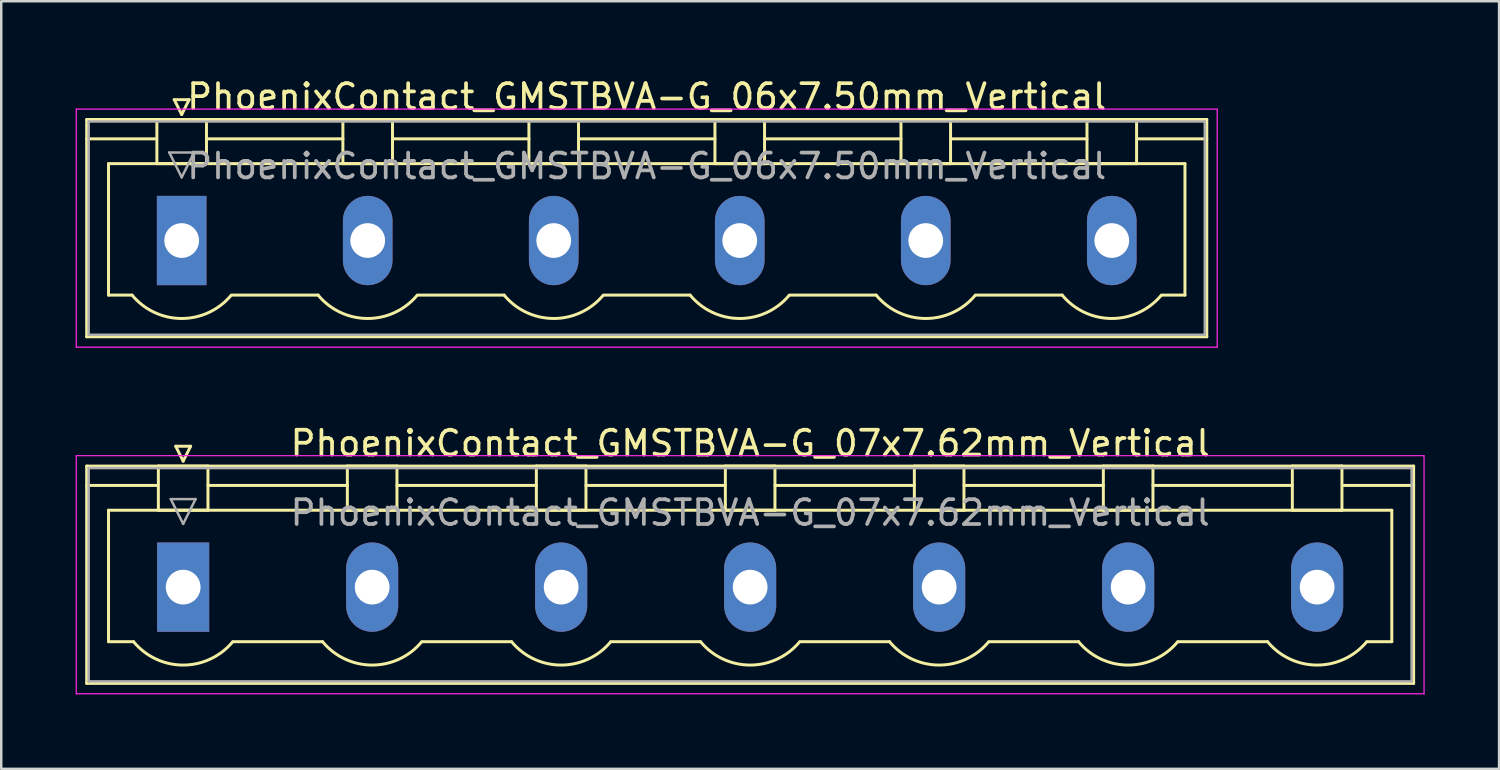
<source format=kicad_pcb>
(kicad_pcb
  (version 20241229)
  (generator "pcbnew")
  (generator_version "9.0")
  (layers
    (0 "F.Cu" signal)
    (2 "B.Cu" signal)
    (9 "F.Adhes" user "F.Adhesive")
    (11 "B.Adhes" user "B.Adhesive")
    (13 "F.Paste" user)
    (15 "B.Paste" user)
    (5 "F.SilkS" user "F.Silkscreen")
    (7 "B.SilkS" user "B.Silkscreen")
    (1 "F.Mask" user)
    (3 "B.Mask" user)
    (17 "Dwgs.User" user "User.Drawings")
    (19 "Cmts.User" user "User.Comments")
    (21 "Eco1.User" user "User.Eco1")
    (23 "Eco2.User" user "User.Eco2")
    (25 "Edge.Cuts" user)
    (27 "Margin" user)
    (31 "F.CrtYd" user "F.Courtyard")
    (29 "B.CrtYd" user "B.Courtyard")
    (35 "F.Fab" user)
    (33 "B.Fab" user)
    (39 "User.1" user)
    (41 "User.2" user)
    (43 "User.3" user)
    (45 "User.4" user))
  (footprint "PhoenixContact_GMSTBVA-G_07x7.62mm_Vertical"
    (layer "F.Cu")
    (at 4.335 20.622)
    (property "Reference" "PhoenixContact_GMSTBVA-G_07x7.62mm_Vertical" (at 22.86 -5.8 0) (layer "F.SilkS") (effects (font (size 1 1) (thickness 0.15))))
    (attr through_hole)
    (fp_line (start -3.89 -4.88) (end -3.89 3.88) (stroke (width 0.12) (type solid)) (layer "F.SilkS"))
    (fp_line (start -3.89 -4.1) (end -1.08 -4.1) (stroke (width 0.12) (type solid)) (layer "F.SilkS"))
    (fp_line (start -3.89 3.88) (end 49.61 3.88) (stroke (width 0.12) (type solid)) (layer "F.SilkS"))
    (fp_line (start -3.01 -3.1) (end 48.73 -3.1) (stroke (width 0.12) (type solid)) (layer "F.SilkS"))
    (fp_line (start -3.01 2.2) (end -3.01 -3.1) (stroke (width 0.12) (type solid)) (layer "F.SilkS"))
    (fp_line (start -2 2.2) (end -3.01 2.2) (stroke (width 0.12) (type solid)) (layer "F.SilkS"))
    (fp_line (start -1 -4.88) (end 1 -4.88) (stroke (width 0.12) (type solid)) (layer "F.SilkS"))
    (fp_line (start -1 -3.1) (end -1 -4.88) (stroke (width 0.12) (type solid)) (layer "F.SilkS"))
    (fp_line (start -0.3 -5.68) (end 0.3 -5.68) (stroke (width 0.12) (type solid)) (layer "F.SilkS"))
    (fp_line (start 0 -5.08) (end -0.3 -5.68) (stroke (width 0.12) (type solid)) (layer "F.SilkS"))
    (fp_line (start 0.3 -5.68) (end 0 -5.08) (stroke (width 0.12) (type solid)) (layer "F.SilkS"))
    (fp_line (start 1 -4.88) (end 1 -3.1) (stroke (width 0.12) (type solid)) (layer "F.SilkS"))
    (fp_line (start 1 -4.1) (end 6.62 -4.1) (stroke (width 0.12) (type solid)) (layer "F.SilkS"))
    (fp_line (start 1 -3.1) (end -1 -3.1) (stroke (width 0.12) (type solid)) (layer "F.SilkS"))
    (fp_line (start 2 2.2) (end 5.62 2.2) (stroke (width 0.12) (type solid)) (layer "F.SilkS"))
    (fp_line (start 6.62 -4.88) (end 8.62 -4.88) (stroke (width 0.12) (type solid)) (layer "F.SilkS"))
    (fp_line (start 6.62 -3.1) (end 6.62 -4.88) (stroke (width 0.12) (type solid)) (layer "F.SilkS"))
    (fp_line (start 8.62 -4.88) (end 8.62 -3.1) (stroke (width 0.12) (type solid)) (layer "F.SilkS"))
    (fp_line (start 8.62 -4.1) (end 14.24 -4.1) (stroke (width 0.12) (type solid)) (layer "F.SilkS"))
    (fp_line (start 8.62 -3.1) (end 6.62 -3.1) (stroke (width 0.12) (type solid)) (layer "F.SilkS"))
    (fp_line (start 9.62 2.2) (end 13.24 2.2) (stroke (width 0.12) (type solid)) (layer "F.SilkS"))
    (fp_line (start 14.24 -4.88) (end 16.24 -4.88) (stroke (width 0.12) (type solid)) (layer "F.SilkS"))
    (fp_line (start 14.24 -3.1) (end 14.24 -4.88) (stroke (width 0.12) (type solid)) (layer "F.SilkS"))
    (fp_line (start 16.24 -4.88) (end 16.24 -3.1) (stroke (width 0.12) (type solid)) (layer "F.SilkS"))
    (fp_line (start 16.24 -4.1) (end 21.86 -4.1) (stroke (width 0.12) (type solid)) (layer "F.SilkS"))
    (fp_line (start 16.24 -3.1) (end 14.24 -3.1) (stroke (width 0.12) (type solid)) (layer "F.SilkS"))
    (fp_line (start 17.24 2.2) (end 20.86 2.2) (stroke (width 0.12) (type solid)) (layer "F.SilkS"))
    (fp_line (start 21.86 -4.88) (end 23.86 -4.88) (stroke (width 0.12) (type solid)) (layer "F.SilkS"))
    (fp_line (start 21.86 -3.1) (end 21.86 -4.88) (stroke (width 0.12) (type solid)) (layer "F.SilkS"))
    (fp_line (start 23.86 -4.88) (end 23.86 -3.1) (stroke (width 0.12) (type solid)) (layer "F.SilkS"))
    (fp_line (start 23.86 -4.1) (end 29.48 -4.1) (stroke (width 0.12) (type solid)) (layer "F.SilkS"))
    (fp_line (start 23.86 -3.1) (end 21.86 -3.1) (stroke (width 0.12) (type solid)) (layer "F.SilkS"))
    (fp_line (start 24.86 2.2) (end 28.48 2.2) (stroke (width 0.12) (type solid)) (layer "F.SilkS"))
    (fp_line (start 29.48 -4.88) (end 31.48 -4.88) (stroke (width 0.12) (type solid)) (layer "F.SilkS"))
    (fp_line (start 29.48 -3.1) (end 29.48 -4.88) (stroke (width 0.12) (type solid)) (layer "F.SilkS"))
    (fp_line (start 31.48 -4.88) (end 31.48 -3.1) (stroke (width 0.12) (type solid)) (layer "F.SilkS"))
    (fp_line (start 31.48 -4.1) (end 37.1 -4.1) (stroke (width 0.12) (type solid)) (layer "F.SilkS"))
    (fp_line (start 31.48 -3.1) (end 29.48 -3.1) (stroke (width 0.12) (type solid)) (layer "F.SilkS"))
    (fp_line (start 32.48 2.2) (end 36.1 2.2) (stroke (width 0.12) (type solid)) (layer "F.SilkS"))
    (fp_line (start 37.1 -4.88) (end 39.1 -4.88) (stroke (width 0.12) (type solid)) (layer "F.SilkS"))
    (fp_line (start 37.1 -3.1) (end 37.1 -4.88) (stroke (width 0.12) (type solid)) (layer "F.SilkS"))
    (fp_line (start 39.1 -4.88) (end 39.1 -3.1) (stroke (width 0.12) (type solid)) (layer "F.SilkS"))
    (fp_line (start 39.1 -4.1) (end 44.72 -4.1) (stroke (width 0.12) (type solid)) (layer "F.SilkS"))
    (fp_line (start 39.1 -3.1) (end 37.1 -3.1) (stroke (width 0.12) (type solid)) (layer "F.SilkS"))
    (fp_line (start 40.1 2.2) (end 43.72 2.2) (stroke (width 0.12) (type solid)) (layer "F.SilkS"))
    (fp_line (start 44.72 -4.88) (end 46.72 -4.88) (stroke (width 0.12) (type solid)) (layer "F.SilkS"))
    (fp_line (start 44.72 -3.1) (end 44.72 -4.88) (stroke (width 0.12) (type solid)) (layer "F.SilkS"))
    (fp_line (start 46.72 -4.88) (end 46.72 -3.1) (stroke (width 0.12) (type solid)) (layer "F.SilkS"))
    (fp_line (start 46.72 -3.1) (end 44.72 -3.1) (stroke (width 0.12) (type solid)) (layer "F.SilkS"))
    (fp_line (start 48.73 -3.1) (end 48.73 2.2) (stroke (width 0.12) (type solid)) (layer "F.SilkS"))
    (fp_line (start 48.73 2.2) (end 47.72 2.2) (stroke (width 0.12) (type solid)) (layer "F.SilkS"))
    (fp_line (start 49.61 -4.88) (end -3.89 -4.88) (stroke (width 0.12) (type solid)) (layer "F.SilkS"))
    (fp_line (start 49.61 -4.1) (end 46.8 -4.1) (stroke (width 0.12) (type solid)) (layer "F.SilkS"))
    (fp_line (start 49.61 3.88) (end 49.61 -4.88) (stroke (width 0.12) (type solid)) (layer "F.SilkS"))
    (fp_arc (start 1.986842 2.215821) (mid -0.010289 3.142758) (end -2 2.2) (stroke (width 0.12) (type solid)) (layer "F.SilkS"))
    (fp_arc (start 9.606842 2.215821) (mid 7.609711 3.142758) (end 5.62 2.2) (stroke (width 0.12) (type solid)) (layer "F.SilkS"))
    (fp_arc (start 17.226842 2.215821) (mid 15.229711 3.142758) (end 13.24 2.2) (stroke (width 0.12) (type solid)) (layer "F.SilkS"))
    (fp_arc (start 24.846842 2.215821) (mid 22.849711 3.142758) (end 20.86 2.2) (stroke (width 0.12) (type solid)) (layer "F.SilkS"))
    (fp_arc (start 32.466842 2.215821) (mid 30.469711 3.142758) (end 28.48 2.2) (stroke (width 0.12) (type solid)) (layer "F.SilkS"))
    (fp_arc (start 40.086842 2.215821) (mid 38.089711 3.142758) (end 36.1 2.2) (stroke (width 0.12) (type solid)) (layer "F.SilkS"))
    (fp_arc (start 47.706842 2.215821) (mid 45.709711 3.142758) (end 43.72 2.2) (stroke (width 0.12) (type solid)) (layer "F.SilkS"))
    (fp_line (start -4.31 -5.3) (end -4.31 4.3) (stroke (width 0.05) (type solid)) (layer "F.CrtYd"))
    (fp_line (start -4.31 4.3) (end 50.03 4.3) (stroke (width 0.05) (type solid)) (layer "F.CrtYd"))
    (fp_line (start 50.03 -5.3) (end -4.31 -5.3) (stroke (width 0.05) (type solid)) (layer "F.CrtYd"))
    (fp_line (start 50.03 4.3) (end 50.03 -5.3) (stroke (width 0.05) (type solid)) (layer "F.CrtYd"))
    (fp_line (start -3.81 -4.8) (end -3.81 3.8) (stroke (width 0.1) (type solid)) (layer "F.Fab"))
    (fp_line (start -3.81 3.8) (end 49.53 3.8) (stroke (width 0.1) (type solid)) (layer "F.Fab"))
    (fp_line (start -0.5 -3.55) (end 0.5 -3.55) (stroke (width 0.1) (type solid)) (layer "F.Fab"))
    (fp_line (start 0 -2.55) (end -0.5 -3.55) (stroke (width 0.1) (type solid)) (layer "F.Fab"))
    (fp_line (start 0.5 -3.55) (end 0 -2.55) (stroke (width 0.1) (type solid)) (layer "F.Fab"))
    (fp_line (start 49.53 -4.8) (end -3.81 -4.8) (stroke (width 0.1) (type solid)) (layer "F.Fab"))
    (fp_line (start 49.53 3.8) (end 49.53 -4.8) (stroke (width 0.1) (type solid)) (layer "F.Fab"))
    (fp_text user "${REFERENCE}" (at 22.86 -3 0) (layer "F.Fab") (effects (font (size 1 1) (thickness 0.15))))
    (pad "1" thru_hole rect (at 0 0) (size 2.1 3.6) (drill 1.4) (layers "*.Cu" "*.Mask"))
    (pad "2" thru_hole oval (at 7.62 0) (size 2.1 3.6) (drill 1.4) (layers "*.Cu" "*.Mask"))
    (pad "3" thru_hole oval (at 15.24 0) (size 2.1 3.6) (drill 1.4) (layers "*.Cu" "*.Mask"))
    (pad "4" thru_hole oval (at 22.86 0) (size 2.1 3.6) (drill 1.4) (layers "*.Cu" "*.Mask"))
    (pad "5" thru_hole oval (at 30.48 0) (size 2.1 3.6) (drill 1.4) (layers "*.Cu" "*.Mask"))
    (pad "6" thru_hole oval (at 38.1 0) (size 2.1 3.6) (drill 1.4) (layers "*.Cu" "*.Mask"))
    (pad "7" thru_hole oval (at 45.72 0) (size 2.1 3.6) (drill 1.4) (layers "*.Cu" "*.Mask")))
  (footprint "PhoenixContact_GMSTBVA-G_06x7.50mm_Vertical"
    (layer "F.Cu")
    (at 4.275 6.648)
    (property "Reference" "PhoenixContact_GMSTBVA-G_06x7.50mm_Vertical" (at 18.75 -5.8 0) (layer "F.SilkS") (effects (font (size 1 1) (thickness 0.15))))
    (attr through_hole)
    (fp_line (start -3.83 -4.88) (end -3.83 3.88) (stroke (width 0.12) (type solid)) (layer "F.SilkS"))
    (fp_line (start -3.83 -4.1) (end -1.08 -4.1) (stroke (width 0.12) (type solid)) (layer "F.SilkS"))
    (fp_line (start -3.83 3.88) (end 41.33 3.88) (stroke (width 0.12) (type solid)) (layer "F.SilkS"))
    (fp_line (start -2.95 -3.1) (end 40.45 -3.1) (stroke (width 0.12) (type solid)) (layer "F.SilkS"))
    (fp_line (start -2.95 2.2) (end -2.95 -3.1) (stroke (width 0.12) (type solid)) (layer "F.SilkS"))
    (fp_line (start -2 2.2) (end -2.95 2.2) (stroke (width 0.12) (type solid)) (layer "F.SilkS"))
    (fp_line (start -1 -4.88) (end 1 -4.88) (stroke (width 0.12) (type solid)) (layer "F.SilkS"))
    (fp_line (start -1 -3.1) (end -1 -4.88) (stroke (width 0.12) (type solid)) (layer "F.SilkS"))
    (fp_line (start -0.3 -5.68) (end 0.3 -5.68) (stroke (width 0.12) (type solid)) (layer "F.SilkS"))
    (fp_line (start 0 -5.08) (end -0.3 -5.68) (stroke (width 0.12) (type solid)) (layer "F.SilkS"))
    (fp_line (start 0.3 -5.68) (end 0 -5.08) (stroke (width 0.12) (type solid)) (layer "F.SilkS"))
    (fp_line (start 1 -4.88) (end 1 -3.1) (stroke (width 0.12) (type solid)) (layer "F.SilkS"))
    (fp_line (start 1 -4.1) (end 6.5 -4.1) (stroke (width 0.12) (type solid)) (layer "F.SilkS"))
    (fp_line (start 1 -3.1) (end -1 -3.1) (stroke (width 0.12) (type solid)) (layer "F.SilkS"))
    (fp_line (start 2 2.2) (end 5.5 2.2) (stroke (width 0.12) (type solid)) (layer "F.SilkS"))
    (fp_line (start 6.5 -4.88) (end 8.5 -4.88) (stroke (width 0.12) (type solid)) (layer "F.SilkS"))
    (fp_line (start 6.5 -3.1) (end 6.5 -4.88) (stroke (width 0.12) (type solid)) (layer "F.SilkS"))
    (fp_line (start 8.5 -4.88) (end 8.5 -3.1) (stroke (width 0.12) (type solid)) (layer "F.SilkS"))
    (fp_line (start 8.5 -4.1) (end 14 -4.1) (stroke (width 0.12) (type solid)) (layer "F.SilkS"))
    (fp_line (start 8.5 -3.1) (end 6.5 -3.1) (stroke (width 0.12) (type solid)) (layer "F.SilkS"))
    (fp_line (start 9.5 2.2) (end 13 2.2) (stroke (width 0.12) (type solid)) (layer "F.SilkS"))
    (fp_line (start 14 -4.88) (end 16 -4.88) (stroke (width 0.12) (type solid)) (layer "F.SilkS"))
    (fp_line (start 14 -3.1) (end 14 -4.88) (stroke (width 0.12) (type solid)) (layer "F.SilkS"))
    (fp_line (start 16 -4.88) (end 16 -3.1) (stroke (width 0.12) (type solid)) (layer "F.SilkS"))
    (fp_line (start 16 -4.1) (end 21.5 -4.1) (stroke (width 0.12) (type solid)) (layer "F.SilkS"))
    (fp_line (start 16 -3.1) (end 14 -3.1) (stroke (width 0.12) (type solid)) (layer "F.SilkS"))
    (fp_line (start 17 2.2) (end 20.5 2.2) (stroke (width 0.12) (type solid)) (layer "F.SilkS"))
    (fp_line (start 21.5 -4.88) (end 23.5 -4.88) (stroke (width 0.12) (type solid)) (layer "F.SilkS"))
    (fp_line (start 21.5 -3.1) (end 21.5 -4.88) (stroke (width 0.12) (type solid)) (layer "F.SilkS"))
    (fp_line (start 23.5 -4.88) (end 23.5 -3.1) (stroke (width 0.12) (type solid)) (layer "F.SilkS"))
    (fp_line (start 23.5 -4.1) (end 29 -4.1) (stroke (width 0.12) (type solid)) (layer "F.SilkS"))
    (fp_line (start 23.5 -3.1) (end 21.5 -3.1) (stroke (width 0.12) (type solid)) (layer "F.SilkS"))
    (fp_line (start 24.5 2.2) (end 28 2.2) (stroke (width 0.12) (type solid)) (layer "F.SilkS"))
    (fp_line (start 29 -4.88) (end 31 -4.88) (stroke (width 0.12) (type solid)) (layer "F.SilkS"))
    (fp_line (start 29 -3.1) (end 29 -4.88) (stroke (width 0.12) (type solid)) (layer "F.SilkS"))
    (fp_line (start 31 -4.88) (end 31 -3.1) (stroke (width 0.12) (type solid)) (layer "F.SilkS"))
    (fp_line (start 31 -4.1) (end 36.5 -4.1) (stroke (width 0.12) (type solid)) (layer "F.SilkS"))
    (fp_line (start 31 -3.1) (end 29 -3.1) (stroke (width 0.12) (type solid)) (layer "F.SilkS"))
    (fp_line (start 32 2.2) (end 35.5 2.2) (stroke (width 0.12) (type solid)) (layer "F.SilkS"))
    (fp_line (start 36.5 -4.88) (end 38.5 -4.88) (stroke (width 0.12) (type solid)) (layer "F.SilkS"))
    (fp_line (start 36.5 -3.1) (end 36.5 -4.88) (stroke (width 0.12) (type solid)) (layer "F.SilkS"))
    (fp_line (start 38.5 -4.88) (end 38.5 -3.1) (stroke (width 0.12) (type solid)) (layer "F.SilkS"))
    (fp_line (start 38.5 -3.1) (end 36.5 -3.1) (stroke (width 0.12) (type solid)) (layer "F.SilkS"))
    (fp_line (start 40.45 -3.1) (end 40.45 2.2) (stroke (width 0.12) (type solid)) (layer "F.SilkS"))
    (fp_line (start 40.45 2.2) (end 39.5 2.2) (stroke (width 0.12) (type solid)) (layer "F.SilkS"))
    (fp_line (start 41.33 -4.88) (end -3.83 -4.88) (stroke (width 0.12) (type solid)) (layer "F.SilkS"))
    (fp_line (start 41.33 -4.1) (end 38.58 -4.1) (stroke (width 0.12) (type solid)) (layer "F.SilkS"))
    (fp_line (start 41.33 3.88) (end 41.33 -4.88) (stroke (width 0.12) (type solid)) (layer "F.SilkS"))
    (fp_arc (start 1.986842 2.215821) (mid -0.010289 3.142758) (end -2 2.2) (stroke (width 0.12) (type solid)) (layer "F.SilkS"))
    (fp_arc (start 9.486842 2.215821) (mid 7.489711 3.142758) (end 5.5 2.2) (stroke (width 0.12) (type solid)) (layer "F.SilkS"))
    (fp_arc (start 16.986842 2.215821) (mid 14.989711 3.142758) (end 13 2.2) (stroke (width 0.12) (type solid)) (layer "F.SilkS"))
    (fp_arc (start 24.486842 2.215821) (mid 22.489711 3.142758) (end 20.5 2.2) (stroke (width 0.12) (type solid)) (layer "F.SilkS"))
    (fp_arc (start 31.986842 2.215821) (mid 29.989711 3.142758) (end 28 2.2) (stroke (width 0.12) (type solid)) (layer "F.SilkS"))
    (fp_arc (start 39.486842 2.215821) (mid 37.489711 3.142758) (end 35.5 2.2) (stroke (width 0.12) (type solid)) (layer "F.SilkS"))
    (fp_line (start -4.25 -5.3) (end -4.25 4.3) (stroke (width 0.05) (type solid)) (layer "F.CrtYd"))
    (fp_line (start -4.25 4.3) (end 41.75 4.3) (stroke (width 0.05) (type solid)) (layer "F.CrtYd"))
    (fp_line (start 41.75 -5.3) (end -4.25 -5.3) (stroke (width 0.05) (type solid)) (layer "F.CrtYd"))
    (fp_line (start 41.75 4.3) (end 41.75 -5.3) (stroke (width 0.05) (type solid)) (layer "F.CrtYd"))
    (fp_line (start -3.75 -4.8) (end -3.75 3.8) (stroke (width 0.1) (type solid)) (layer "F.Fab"))
    (fp_line (start -3.75 3.8) (end 41.25 3.8) (stroke (width 0.1) (type solid)) (layer "F.Fab"))
    (fp_line (start -0.5 -3.55) (end 0.5 -3.55) (stroke (width 0.1) (type solid)) (layer "F.Fab"))
    (fp_line (start 0 -2.55) (end -0.5 -3.55) (stroke (width 0.1) (type solid)) (layer "F.Fab"))
    (fp_line (start 0.5 -3.55) (end 0 -2.55) (stroke (width 0.1) (type solid)) (layer "F.Fab"))
    (fp_line (start 41.25 -4.8) (end -3.75 -4.8) (stroke (width 0.1) (type solid)) (layer "F.Fab"))
    (fp_line (start 41.25 3.8) (end 41.25 -4.8) (stroke (width 0.1) (type solid)) (layer "F.Fab"))
    (fp_text user "${REFERENCE}" (at 18.75 -3 0) (layer "F.Fab") (effects (font (size 1 1) (thickness 0.15))))
    (pad "1" thru_hole rect (at 0 0) (size 2 3.6) (drill 1.4) (layers "*.Cu" "*.Mask"))
    (pad "2" thru_hole oval (at 7.5 0) (size 2 3.6) (drill 1.4) (layers "*.Cu" "*.Mask"))
    (pad "3" thru_hole oval (at 15 0) (size 2 3.6) (drill 1.4) (layers "*.Cu" "*.Mask"))
    (pad "4" thru_hole oval (at 22.5 0) (size 2 3.6) (drill 1.4) (layers "*.Cu" "*.Mask"))
    (pad "5" thru_hole oval (at 30 0) (size 2 3.6) (drill 1.4) (layers "*.Cu" "*.Mask"))
    (pad "6" thru_hole oval (at 37.5 0) (size 2 3.6) (drill 1.4) (layers "*.Cu" "*.Mask")))
  (gr_rect
    (start -3 -3)
    (end 57.39 27.947)
    (stroke (width 0.1) (type default))
    (fill no)
    (layer "Edge.Cuts")))
</source>
